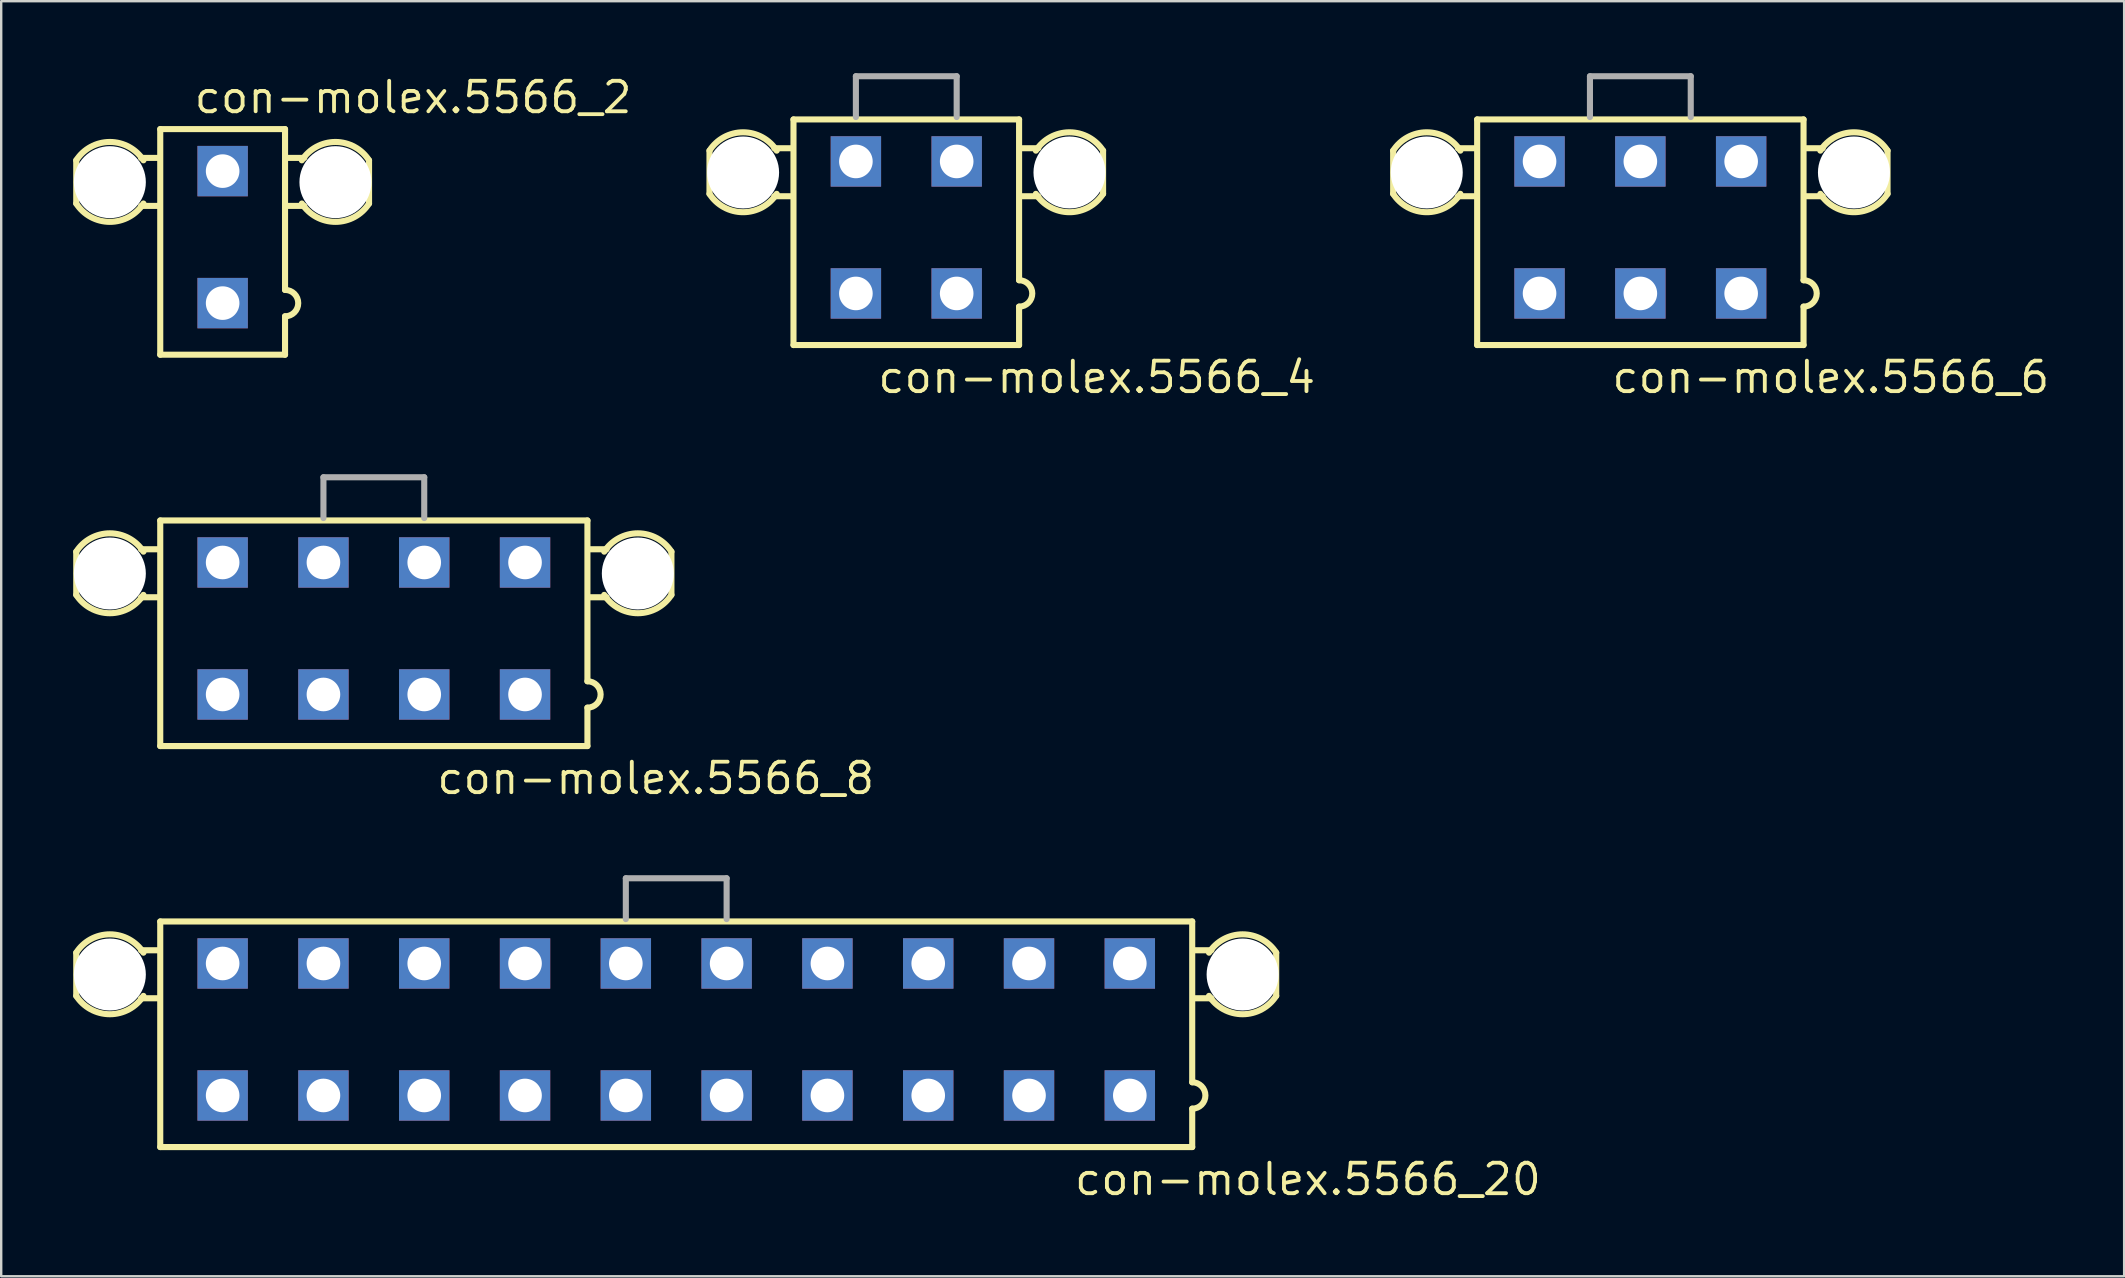
<source format=kicad_pcb>
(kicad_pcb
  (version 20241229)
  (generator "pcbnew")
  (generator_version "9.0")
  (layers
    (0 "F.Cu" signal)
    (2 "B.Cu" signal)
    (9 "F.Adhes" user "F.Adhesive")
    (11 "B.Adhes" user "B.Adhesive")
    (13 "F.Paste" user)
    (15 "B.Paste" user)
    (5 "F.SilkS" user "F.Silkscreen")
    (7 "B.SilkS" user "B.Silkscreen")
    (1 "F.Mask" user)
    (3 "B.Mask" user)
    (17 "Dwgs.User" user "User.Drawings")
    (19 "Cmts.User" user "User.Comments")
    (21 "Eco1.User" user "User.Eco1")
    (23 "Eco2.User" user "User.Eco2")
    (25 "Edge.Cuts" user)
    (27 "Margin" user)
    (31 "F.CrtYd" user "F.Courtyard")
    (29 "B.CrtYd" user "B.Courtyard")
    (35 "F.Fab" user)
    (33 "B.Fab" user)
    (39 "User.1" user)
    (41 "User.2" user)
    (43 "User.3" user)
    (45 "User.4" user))
  (footprint "con-molex.5566_6"
    (layer "F.Cu")
    (at 65.3 6.427)
    (property "Reference" "con-molex.5566_6" (at -1.27 6.985 0) (layer "F.SilkS") (effects (font (size 1.27 1.27) (thickness 0.16)) (justify left bottom)))
    (attr through_hole)
    (fp_line (start -10.3 -3.2) (end -10.3 -1.4) (stroke (width 0.254) (type default)) (layer "F.SilkS"))
    (fp_line (start -7.6 -3.3) (end -6.9 -3.3) (stroke (width 0.254) (type default)) (layer "F.SilkS"))
    (fp_line (start -7.6 -1.3) (end -6.9 -1.3) (stroke (width 0.254) (type default)) (layer "F.SilkS"))
    (fp_line (start -6.8 -4.5) (end 6.8 -4.5) (stroke (width 0.254) (type default)) (layer "F.SilkS"))
    (fp_line (start -6.8 4.9) (end -6.8 -4.5) (stroke (width 0.254) (type default)) (layer "F.SilkS"))
    (fp_line (start 6.8 -4.5) (end 6.8 2.2) (stroke (width 0.254) (type default)) (layer "F.SilkS"))
    (fp_line (start 6.8 3.3) (end 6.8 4.9) (stroke (width 0.254) (type default)) (layer "F.SilkS"))
    (fp_line (start 6.8 4.9) (end -6.8 4.9) (stroke (width 0.254) (type default)) (layer "F.SilkS"))
    (fp_line (start 7.6 -3.3) (end 6.9 -3.3) (stroke (width 0.254) (type default)) (layer "F.SilkS"))
    (fp_line (start 7.6 -1.3) (end 6.9 -1.3) (stroke (width 0.254) (type default)) (layer "F.SilkS"))
    (fp_line (start 10.3 -1.4) (end 10.3 -3.2) (stroke (width 0.254) (type default)) (layer "F.SilkS"))
    (fp_arc (start -10.3 -3.2) (mid -8.9 -3.964332) (end -7.5 -3.2) (stroke (width 0.254) (type default)) (layer "F.SilkS"))
    (fp_arc (start -7.5 -1.4) (mid -8.9 -0.635668) (end -10.3 -1.4) (stroke (width 0.254) (type default)) (layer "F.SilkS"))
    (fp_arc (start 6.8 2.2) (mid 7.35 2.75) (end 6.8 3.3) (stroke (width 0.254) (type default)) (layer "F.SilkS"))
    (fp_arc (start 7.5 -3.2) (mid 8.9 -3.964332) (end 10.3 -3.2) (stroke (width 0.254) (type default)) (layer "F.SilkS"))
    (fp_arc (start 10.3 -1.4) (mid 8.9 -0.635668) (end 7.5 -1.4) (stroke (width 0.254) (type default)) (layer "F.SilkS"))
    (fp_line (start -2.1 -6.3) (end -2.1 -4.6) (stroke (width 0.254) (type default)) (layer "F.Fab"))
    (fp_line (start -2.1 -6.3) (end 2.1 -6.3) (stroke (width 0.254) (type default)) (layer "F.Fab"))
    (fp_line (start 2.1 -6.3) (end 2.1 -4.6) (stroke (width 0.254) (type default)) (layer "F.Fab"))
    (pad "" np_thru_hole circle (at -8.9 -2.29) (size 3 3) (drill 3) (layers "*.Cu" "*.Mask"))
    (pad "" np_thru_hole circle (at 8.9 -2.29) (size 3 3) (drill 3) (layers "*.Cu" "*.Mask"))
    (pad "1" thru_hole rect (at 4.2 2.75) (size 2.1 2.1) (drill 1.4) (layers "*.Cu" "*.Mask"))
    (pad "2" thru_hole rect (at 0 2.75) (size 2.1 2.1) (drill 1.4) (layers "*.Cu" "*.Mask"))
    (pad "3" thru_hole rect (at -4.2 2.75) (size 2.1 2.1) (drill 1.4) (layers "*.Cu" "*.Mask"))
    (pad "4" thru_hole rect (at 4.2 -2.75) (size 2.1 2.1) (drill 1.4) (layers "*.Cu" "*.Mask"))
    (pad "5" thru_hole rect (at 0 -2.75) (size 2.1 2.1) (drill 1.4) (layers "*.Cu" "*.Mask"))
    (pad "6" thru_hole rect (at -4.2 -2.75) (size 2.1 2.1) (drill 1.4) (layers "*.Cu" "*.Mask")))
  (footprint "con-molex.5566_2"
    (layer "F.Cu")
    (at 6.227 6.83)
    (property "Reference" "con-molex.5566_2" (at -1.27 -5.08 0) (layer "F.SilkS") (effects (font (size 1.27 1.27) (thickness 0.16)) (justify left bottom)))
    (attr through_hole)
    (fp_line (start -6.1 -3.2) (end -6.1 -1.4) (stroke (width 0.254) (type default)) (layer "F.SilkS"))
    (fp_line (start -3.4 -3.3) (end -2.7 -3.3) (stroke (width 0.254) (type default)) (layer "F.SilkS"))
    (fp_line (start -3.4 -1.3) (end -2.7 -1.3) (stroke (width 0.254) (type default)) (layer "F.SilkS"))
    (fp_line (start -2.6 -4.5) (end 2.6 -4.5) (stroke (width 0.254) (type default)) (layer "F.SilkS"))
    (fp_line (start -2.6 4.9) (end -2.6 -4.5) (stroke (width 0.254) (type default)) (layer "F.SilkS"))
    (fp_line (start 2.6 -4.5) (end 2.6 2.2) (stroke (width 0.254) (type default)) (layer "F.SilkS"))
    (fp_line (start 2.6 3.3) (end 2.6 4.9) (stroke (width 0.254) (type default)) (layer "F.SilkS"))
    (fp_line (start 2.6 4.9) (end -2.6 4.9) (stroke (width 0.254) (type default)) (layer "F.SilkS"))
    (fp_line (start 3.4 -3.3) (end 2.7 -3.3) (stroke (width 0.254) (type default)) (layer "F.SilkS"))
    (fp_line (start 3.4 -1.3) (end 2.7 -1.3) (stroke (width 0.254) (type default)) (layer "F.SilkS"))
    (fp_line (start 6.1 -1.4) (end 6.1 -3.2) (stroke (width 0.254) (type default)) (layer "F.SilkS"))
    (fp_arc (start -6.1 -3.2) (mid -4.7 -3.964332) (end -3.3 -3.2) (stroke (width 0.254) (type default)) (layer "F.SilkS"))
    (fp_arc (start -3.3 -1.4) (mid -4.7 -0.635668) (end -6.1 -1.4) (stroke (width 0.254) (type default)) (layer "F.SilkS"))
    (fp_arc (start 2.6 2.2) (mid 3.15 2.75) (end 2.6 3.3) (stroke (width 0.254) (type default)) (layer "F.SilkS"))
    (fp_arc (start 3.3 -3.2) (mid 4.7 -3.964332) (end 6.1 -3.2) (stroke (width 0.254) (type default)) (layer "F.SilkS"))
    (fp_arc (start 6.1 -1.4) (mid 4.7 -0.635668) (end 3.3 -1.4) (stroke (width 0.254) (type default)) (layer "F.SilkS"))
    (pad "" np_thru_hole circle (at -4.7 -2.29) (size 3 3) (drill 3) (layers "*.Cu" "*.Mask"))
    (pad "" np_thru_hole circle (at 4.7 -2.29) (size 3 3) (drill 3) (layers "*.Cu" "*.Mask"))
    (pad "1" thru_hole rect (at 0 2.75) (size 2.1 2.1) (drill 1.4) (layers "*.Cu" "*.Mask"))
    (pad "2" thru_hole rect (at 0 -2.75) (size 2.1 2.1) (drill 1.4) (layers "*.Cu" "*.Mask")))
  (footprint "con-molex.5566_20"
    (layer "F.Cu")
    (at 25.127 39.846)
    (property "Reference" "con-molex.5566_20" (at 16.51 6.985 0) (layer "F.SilkS") (effects (font (size 1.27 1.27) (thickness 0.16)) (justify left bottom)))
    (attr through_hole)
    (fp_line (start -25 -3.2) (end -25 -1.4) (stroke (width 0.254) (type default)) (layer "F.SilkS"))
    (fp_line (start -22.3 -3.3) (end -21.6 -3.3) (stroke (width 0.254) (type default)) (layer "F.SilkS"))
    (fp_line (start -22.3 -1.3) (end -21.6 -1.3) (stroke (width 0.254) (type default)) (layer "F.SilkS"))
    (fp_line (start -21.5 -4.5) (end 21.5 -4.5) (stroke (width 0.254) (type default)) (layer "F.SilkS"))
    (fp_line (start -21.5 4.9) (end -21.5 -4.5) (stroke (width 0.254) (type default)) (layer "F.SilkS"))
    (fp_line (start 21.5 -4.5) (end 21.5 2.2) (stroke (width 0.254) (type default)) (layer "F.SilkS"))
    (fp_line (start 21.5 3.3) (end 21.5 4.9) (stroke (width 0.254) (type default)) (layer "F.SilkS"))
    (fp_line (start 21.5 4.9) (end -21.5 4.9) (stroke (width 0.254) (type default)) (layer "F.SilkS"))
    (fp_line (start 22.3 -3.3) (end 21.6 -3.3) (stroke (width 0.254) (type default)) (layer "F.SilkS"))
    (fp_line (start 22.3 -1.3) (end 21.6 -1.3) (stroke (width 0.254) (type default)) (layer "F.SilkS"))
    (fp_line (start 25 -1.4) (end 25 -3.2) (stroke (width 0.254) (type default)) (layer "F.SilkS"))
    (fp_arc (start -25 -3.2) (mid -23.6 -3.964332) (end -22.2 -3.2) (stroke (width 0.254) (type default)) (layer "F.SilkS"))
    (fp_arc (start -22.2 -1.4) (mid -23.6 -0.635668) (end -25 -1.4) (stroke (width 0.254) (type default)) (layer "F.SilkS"))
    (fp_arc (start 21.5 2.2) (mid 22.05 2.75) (end 21.5 3.3) (stroke (width 0.254) (type default)) (layer "F.SilkS"))
    (fp_arc (start 22.2 -3.2) (mid 23.6 -3.964332) (end 25 -3.2) (stroke (width 0.254) (type default)) (layer "F.SilkS"))
    (fp_arc (start 25 -1.4) (mid 23.6 -0.635668) (end 22.2 -1.4) (stroke (width 0.254) (type default)) (layer "F.SilkS"))
    (fp_line (start -2.1 -6.3) (end -2.1 -4.6) (stroke (width 0.254) (type default)) (layer "F.Fab"))
    (fp_line (start -2.1 -6.3) (end 2.1 -6.3) (stroke (width 0.254) (type default)) (layer "F.Fab"))
    (fp_line (start 2.1 -6.3) (end 2.1 -4.6) (stroke (width 0.254) (type default)) (layer "F.Fab"))
    (pad "" np_thru_hole circle (at -23.6 -2.29) (size 3 3) (drill 3) (layers "*.Cu" "*.Mask"))
    (pad "" np_thru_hole circle (at 23.6 -2.29) (size 3 3) (drill 3) (layers "*.Cu" "*.Mask"))
    (pad "1" thru_hole rect (at 18.9 2.75) (size 2.1 2.1) (drill 1.4) (layers "*.Cu" "*.Mask"))
    (pad "2" thru_hole rect (at 14.7 2.75) (size 2.1 2.1) (drill 1.4) (layers "*.Cu" "*.Mask"))
    (pad "3" thru_hole rect (at 10.5 2.75) (size 2.1 2.1) (drill 1.4) (layers "*.Cu" "*.Mask"))
    (pad "4" thru_hole rect (at 6.3 2.75) (size 2.1 2.1) (drill 1.4) (layers "*.Cu" "*.Mask"))
    (pad "5" thru_hole rect (at 2.1 2.75) (size 2.1 2.1) (drill 1.4) (layers "*.Cu" "*.Mask"))
    (pad "6" thru_hole rect (at -2.1 2.75) (size 2.1 2.1) (drill 1.4) (layers "*.Cu" "*.Mask"))
    (pad "7" thru_hole rect (at -6.3 2.75) (size 2.1 2.1) (drill 1.4) (layers "*.Cu" "*.Mask"))
    (pad "8" thru_hole rect (at -10.5 2.75) (size 2.1 2.1) (drill 1.4) (layers "*.Cu" "*.Mask"))
    (pad "9" thru_hole rect (at -14.7 2.75) (size 2.1 2.1) (drill 1.4) (layers "*.Cu" "*.Mask"))
    (pad "10" thru_hole rect (at -18.9 2.75) (size 2.1 2.1) (drill 1.4) (layers "*.Cu" "*.Mask"))
    (pad "11" thru_hole rect (at 18.9 -2.75) (size 2.1 2.1) (drill 1.4) (layers "*.Cu" "*.Mask"))
    (pad "12" thru_hole rect (at 14.7 -2.75) (size 2.1 2.1) (drill 1.4) (layers "*.Cu" "*.Mask"))
    (pad "13" thru_hole rect (at 10.5 -2.75) (size 2.1 2.1) (drill 1.4) (layers "*.Cu" "*.Mask"))
    (pad "14" thru_hole rect (at 6.3 -2.75) (size 2.1 2.1) (drill 1.4) (layers "*.Cu" "*.Mask"))
    (pad "15" thru_hole rect (at 2.1 -2.75) (size 2.1 2.1) (drill 1.4) (layers "*.Cu" "*.Mask"))
    (pad "16" thru_hole rect (at -2.1 -2.75) (size 2.1 2.1) (drill 1.4) (layers "*.Cu" "*.Mask"))
    (pad "17" thru_hole rect (at -6.3 -2.75) (size 2.1 2.1) (drill 1.4) (layers "*.Cu" "*.Mask"))
    (pad "18" thru_hole rect (at -10.5 -2.75) (size 2.1 2.1) (drill 1.4) (layers "*.Cu" "*.Mask"))
    (pad "19" thru_hole rect (at -14.7 -2.75) (size 2.1 2.1) (drill 1.4) (layers "*.Cu" "*.Mask"))
    (pad "20" thru_hole rect (at -18.9 -2.75) (size 2.1 2.1) (drill 1.4) (layers "*.Cu" "*.Mask")))
  (footprint "con-molex.5566_4"
    (layer "F.Cu")
    (at 34.713 6.427)
    (property "Reference" "con-molex.5566_4" (at -1.27 6.985 0) (layer "F.SilkS") (effects (font (size 1.27 1.27) (thickness 0.16)) (justify left bottom)))
    (attr through_hole)
    (fp_line (start -8.2 -3.2) (end -8.2 -1.4) (stroke (width 0.254) (type default)) (layer "F.SilkS"))
    (fp_line (start -5.5 -3.3) (end -4.8 -3.3) (stroke (width 0.254) (type default)) (layer "F.SilkS"))
    (fp_line (start -5.5 -1.3) (end -4.8 -1.3) (stroke (width 0.254) (type default)) (layer "F.SilkS"))
    (fp_line (start -4.7 -4.5) (end 4.7 -4.5) (stroke (width 0.254) (type default)) (layer "F.SilkS"))
    (fp_line (start -4.7 4.9) (end -4.7 -4.5) (stroke (width 0.254) (type default)) (layer "F.SilkS"))
    (fp_line (start 4.7 -4.5) (end 4.7 2.2) (stroke (width 0.254) (type default)) (layer "F.SilkS"))
    (fp_line (start 4.7 3.3) (end 4.7 4.9) (stroke (width 0.254) (type default)) (layer "F.SilkS"))
    (fp_line (start 4.7 4.9) (end -4.7 4.9) (stroke (width 0.254) (type default)) (layer "F.SilkS"))
    (fp_line (start 5.5 -3.3) (end 4.8 -3.3) (stroke (width 0.254) (type default)) (layer "F.SilkS"))
    (fp_line (start 5.5 -1.3) (end 4.8 -1.3) (stroke (width 0.254) (type default)) (layer "F.SilkS"))
    (fp_line (start 8.2 -1.4) (end 8.2 -3.2) (stroke (width 0.254) (type default)) (layer "F.SilkS"))
    (fp_arc (start -8.2 -3.2) (mid -6.8 -3.964332) (end -5.4 -3.2) (stroke (width 0.254) (type default)) (layer "F.SilkS"))
    (fp_arc (start -5.4 -1.4) (mid -6.8 -0.635668) (end -8.2 -1.4) (stroke (width 0.254) (type default)) (layer "F.SilkS"))
    (fp_arc (start 4.7 2.2) (mid 5.25 2.75) (end 4.7 3.3) (stroke (width 0.254) (type default)) (layer "F.SilkS"))
    (fp_arc (start 5.4 -3.2) (mid 6.8 -3.964332) (end 8.2 -3.2) (stroke (width 0.254) (type default)) (layer "F.SilkS"))
    (fp_arc (start 8.2 -1.4) (mid 6.8 -0.635668) (end 5.4 -1.4) (stroke (width 0.254) (type default)) (layer "F.SilkS"))
    (fp_line (start -2.1 -6.3) (end -2.1 -4.6) (stroke (width 0.254) (type default)) (layer "F.Fab"))
    (fp_line (start -2.1 -6.3) (end 2.1 -6.3) (stroke (width 0.254) (type default)) (layer "F.Fab"))
    (fp_line (start 2.1 -6.3) (end 2.1 -4.6) (stroke (width 0.254) (type default)) (layer "F.Fab"))
    (pad "" np_thru_hole circle (at -6.8 -2.29) (size 3 3) (drill 3) (layers "*.Cu" "*.Mask"))
    (pad "" np_thru_hole circle (at 6.8 -2.29) (size 3 3) (drill 3) (layers "*.Cu" "*.Mask"))
    (pad "1" thru_hole rect (at 2.1 2.75) (size 2.1 2.1) (drill 1.4) (layers "*.Cu" "*.Mask"))
    (pad "2" thru_hole rect (at -2.1 2.75) (size 2.1 2.1) (drill 1.4) (layers "*.Cu" "*.Mask"))
    (pad "3" thru_hole rect (at 2.1 -2.75) (size 2.1 2.1) (drill 1.4) (layers "*.Cu" "*.Mask"))
    (pad "4" thru_hole rect (at -2.1 -2.75) (size 2.1 2.1) (drill 1.4) (layers "*.Cu" "*.Mask")))
  (footprint "con-molex.5566_8"
    (layer "F.Cu")
    (at 12.527 23.137)
    (property "Reference" "con-molex.5566_8" (at 2.54 6.985 0) (layer "F.SilkS") (effects (font (size 1.27 1.27) (thickness 0.16)) (justify left bottom)))
    (attr through_hole)
    (fp_line (start -12.4 -3.2) (end -12.4 -1.4) (stroke (width 0.254) (type default)) (layer "F.SilkS"))
    (fp_line (start -9.7 -3.3) (end -9 -3.3) (stroke (width 0.254) (type default)) (layer "F.SilkS"))
    (fp_line (start -9.7 -1.3) (end -9 -1.3) (stroke (width 0.254) (type default)) (layer "F.SilkS"))
    (fp_line (start -8.9 -4.5) (end 8.9 -4.5) (stroke (width 0.254) (type default)) (layer "F.SilkS"))
    (fp_line (start -8.9 4.9) (end -8.9 -4.5) (stroke (width 0.254) (type default)) (layer "F.SilkS"))
    (fp_line (start 8.9 -4.5) (end 8.9 2.2) (stroke (width 0.254) (type default)) (layer "F.SilkS"))
    (fp_line (start 8.9 3.3) (end 8.9 4.9) (stroke (width 0.254) (type default)) (layer "F.SilkS"))
    (fp_line (start 8.9 4.9) (end -8.9 4.9) (stroke (width 0.254) (type default)) (layer "F.SilkS"))
    (fp_line (start 9.7 -3.3) (end 9 -3.3) (stroke (width 0.254) (type default)) (layer "F.SilkS"))
    (fp_line (start 9.7 -1.3) (end 9 -1.3) (stroke (width 0.254) (type default)) (layer "F.SilkS"))
    (fp_line (start 12.4 -1.4) (end 12.4 -3.2) (stroke (width 0.254) (type default)) (layer "F.SilkS"))
    (fp_arc (start -12.4 -3.2) (mid -11 -3.964332) (end -9.6 -3.2) (stroke (width 0.254) (type default)) (layer "F.SilkS"))
    (fp_arc (start -9.6 -1.4) (mid -11 -0.635668) (end -12.4 -1.4) (stroke (width 0.254) (type default)) (layer "F.SilkS"))
    (fp_arc (start 8.9 2.2) (mid 9.45 2.75) (end 8.9 3.3) (stroke (width 0.254) (type default)) (layer "F.SilkS"))
    (fp_arc (start 9.6 -3.2) (mid 11 -3.964332) (end 12.4 -3.2) (stroke (width 0.254) (type default)) (layer "F.SilkS"))
    (fp_arc (start 12.4 -1.4) (mid 11 -0.635668) (end 9.6 -1.4) (stroke (width 0.254) (type default)) (layer "F.SilkS"))
    (fp_line (start -2.1 -6.3) (end -2.1 -4.6) (stroke (width 0.254) (type default)) (layer "F.Fab"))
    (fp_line (start -2.1 -6.3) (end 2.1 -6.3) (stroke (width 0.254) (type default)) (layer "F.Fab"))
    (fp_line (start 2.1 -6.3) (end 2.1 -4.6) (stroke (width 0.254) (type default)) (layer "F.Fab"))
    (pad "" np_thru_hole circle (at -11 -2.29) (size 3 3) (drill 3) (layers "*.Cu" "*.Mask"))
    (pad "" np_thru_hole circle (at 11 -2.29) (size 3 3) (drill 3) (layers "*.Cu" "*.Mask"))
    (pad "1" thru_hole rect (at 6.3 2.75) (size 2.1 2.1) (drill 1.4) (layers "*.Cu" "*.Mask"))
    (pad "2" thru_hole rect (at 2.1 2.75) (size 2.1 2.1) (drill 1.4) (layers "*.Cu" "*.Mask"))
    (pad "3" thru_hole rect (at -2.1 2.75) (size 2.1 2.1) (drill 1.4) (layers "*.Cu" "*.Mask"))
    (pad "4" thru_hole rect (at -6.3 2.75) (size 2.1 2.1) (drill 1.4) (layers "*.Cu" "*.Mask"))
    (pad "5" thru_hole rect (at 6.3 -2.75) (size 2.1 2.1) (drill 1.4) (layers "*.Cu" "*.Mask"))
    (pad "6" thru_hole rect (at 2.1 -2.75) (size 2.1 2.1) (drill 1.4) (layers "*.Cu" "*.Mask"))
    (pad "7" thru_hole rect (at -2.1 -2.75) (size 2.1 2.1) (drill 1.4) (layers "*.Cu" "*.Mask"))
    (pad "8" thru_hole rect (at -6.3 -2.75) (size 2.1 2.1) (drill 1.4) (layers "*.Cu" "*.Mask")))
  (gr_rect
    (start -3 -3)
    (end 85.459 50.129)
    (stroke (width 0.1) (type default))
    (fill no)
    (layer "Edge.Cuts")))
</source>
